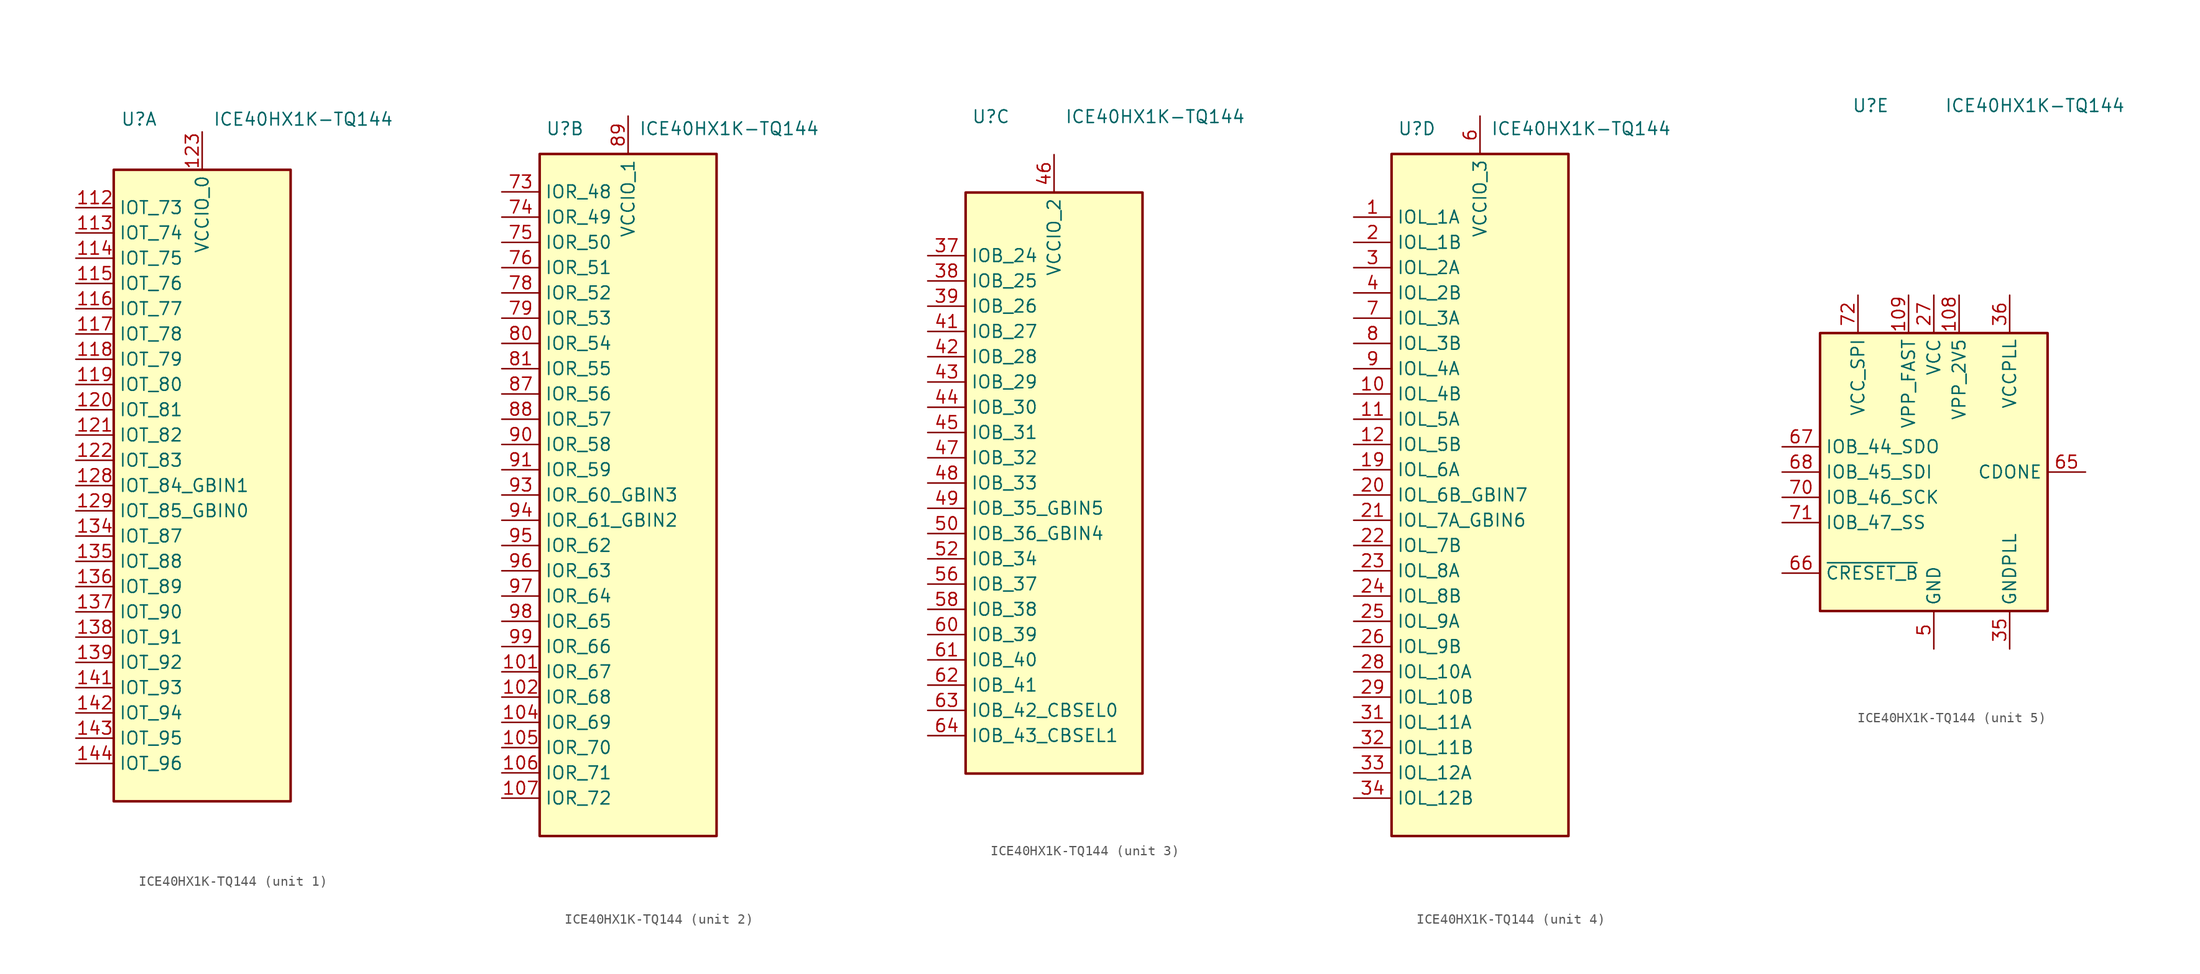
<source format=kicad_sym>
(kicad_symbol_lib
  (version 20220914)
  (generator kicad_symbol_editor)
  (symbol "ICE40HX1K-TQ144"
    (property "Reference" "U"
      (at -6.35 36.83 0)
      (effects (font (size 1.27 1.27))))
    (property "Value" "ICE40HX1K-TQ144"
      (at 10.16 36.83 0)
      (effects (font (size 1.27 1.27))))
    (property "ki_locked" ""
      (at 0 0 0)
      (effects (font (size 1.27 1.27))))
    (symbol "ICE40HX1K-TQ144_1_1"
      (rectangle (start -8.89 31.75) (end 8.89 -31.75) (stroke (width 0.254) (type default)) (fill (type background)))
      (pin bidirectional line (at -12.7 27.94 0) (length 3.81) (name "IOT_73" (effects (font (size 1.27 1.27)))) (number "112" (effects (font (size 1.27 1.27)))))
      (pin bidirectional line (at -12.7 25.4 0) (length 3.81) (name "IOT_74" (effects (font (size 1.27 1.27)))) (number "113" (effects (font (size 1.27 1.27)))))
      (pin bidirectional line (at -12.7 22.86 0) (length 3.81) (name "IOT_75" (effects (font (size 1.27 1.27)))) (number "114" (effects (font (size 1.27 1.27)))))
      (pin bidirectional line (at -12.7 20.32 0) (length 3.81) (name "IOT_76" (effects (font (size 1.27 1.27)))) (number "115" (effects (font (size 1.27 1.27)))))
      (pin bidirectional line (at -12.7 17.78 0) (length 3.81) (name "IOT_77" (effects (font (size 1.27 1.27)))) (number "116" (effects (font (size 1.27 1.27)))))
      (pin bidirectional line (at -12.7 15.24 0) (length 3.81) (name "IOT_78" (effects (font (size 1.27 1.27)))) (number "117" (effects (font (size 1.27 1.27)))))
      (pin bidirectional line (at -12.7 12.7 0) (length 3.81) (name "IOT_79" (effects (font (size 1.27 1.27)))) (number "118" (effects (font (size 1.27 1.27)))))
      (pin bidirectional line (at -12.7 10.16 0) (length 3.81) (name "IOT_80" (effects (font (size 1.27 1.27)))) (number "119" (effects (font (size 1.27 1.27)))))
      (pin bidirectional line (at -12.7 7.62 0) (length 3.81) (name "IOT_81" (effects (font (size 1.27 1.27)))) (number "120" (effects (font (size 1.27 1.27)))))
      (pin bidirectional line (at -12.7 5.08 0) (length 3.81) (name "IOT_82" (effects (font (size 1.27 1.27)))) (number "121" (effects (font (size 1.27 1.27)))))
      (pin bidirectional line (at -12.7 2.54 0) (length 3.81) (name "IOT_83" (effects (font (size 1.27 1.27)))) (number "122" (effects (font (size 1.27 1.27)))))
      (pin power_in line (at 0 35.56 270) (length 3.81) (name "VCCIO_0" (effects (font (size 1.27 1.27)))) (number "123" (effects (font (size 1.27 1.27)))))
      (pin bidirectional line (at -12.7 0 0) (length 3.81) (name "IOT_84_GBIN1" (effects (font (size 1.27 1.27)))) (number "128" (effects (font (size 1.27 1.27)))))
      (pin bidirectional line (at -12.7 -2.54 0) (length 3.81) (name "IOT_85_GBIN0" (effects (font (size 1.27 1.27)))) (number "129" (effects (font (size 1.27 1.27)))))
      (pin passive line (at 0 35.56 270) (length 3.81) hide (name "VCCIO_0" (effects (font (size 1.27 1.27)))) (number "133" (effects (font (size 1.27 1.27)))))
      (pin bidirectional line (at -12.7 -5.08 0) (length 3.81) (name "IOT_87" (effects (font (size 1.27 1.27)))) (number "134" (effects (font (size 1.27 1.27)))))
      (pin bidirectional line (at -12.7 -7.62 0) (length 3.81) (name "IOT_88" (effects (font (size 1.27 1.27)))) (number "135" (effects (font (size 1.27 1.27)))))
      (pin bidirectional line (at -12.7 -10.16 0) (length 3.81) (name "IOT_89" (effects (font (size 1.27 1.27)))) (number "136" (effects (font (size 1.27 1.27)))))
      (pin bidirectional line (at -12.7 -12.7 0) (length 3.81) (name "IOT_90" (effects (font (size 1.27 1.27)))) (number "137" (effects (font (size 1.27 1.27)))))
      (pin bidirectional line (at -12.7 -15.24 0) (length 3.81) (name "IOT_91" (effects (font (size 1.27 1.27)))) (number "138" (effects (font (size 1.27 1.27)))))
      (pin bidirectional line (at -12.7 -17.78 0) (length 3.81) (name "IOT_92" (effects (font (size 1.27 1.27)))) (number "139" (effects (font (size 1.27 1.27)))))
      (pin bidirectional line (at -12.7 -20.32 0) (length 3.81) (name "IOT_93" (effects (font (size 1.27 1.27)))) (number "141" (effects (font (size 1.27 1.27)))))
      (pin bidirectional line (at -12.7 -22.86 0) (length 3.81) (name "IOT_94" (effects (font (size 1.27 1.27)))) (number "142" (effects (font (size 1.27 1.27)))))
      (pin bidirectional line (at -12.7 -25.4 0) (length 3.81) (name "IOT_95" (effects (font (size 1.27 1.27)))) (number "143" (effects (font (size 1.27 1.27)))))
      (pin bidirectional line (at -12.7 -27.94 0) (length 3.81) (name "IOT_96" (effects (font (size 1.27 1.27)))) (number "144" (effects (font (size 1.27 1.27)))))
      (pin no_connect line (at 7.62 10.16 180) (length 3.81) hide (name "NC" (effects (font (size 1.27 1.27)))) (number "15" (effects (font (size 1.27 1.27)))))
      (pin no_connect line (at 7.62 7.62 180) (length 3.81) hide (name "NC" (effects (font (size 1.27 1.27)))) (number "16" (effects (font (size 1.27 1.27)))))
      (pin no_connect line (at 7.62 5.08 180) (length 3.81) hide (name "NC" (effects (font (size 1.27 1.27)))) (number "17" (effects (font (size 1.27 1.27)))))
      (pin no_connect line (at 7.62 -7.62 180) (length 3.81) hide (name "NC" (effects (font (size 1.27 1.27)))) (number "18" (effects (font (size 1.27 1.27)))))
      (pin no_connect line (at 7.62 -10.16 180) (length 3.81) hide (name "NC" (effects (font (size 1.27 1.27)))) (number "77" (effects (font (size 1.27 1.27))))))
    (symbol "ICE40HX1K-TQ144_2_1"
      (rectangle (start -8.89 34.29) (end 8.89 -34.29) (stroke (width 0.254) (type default)) (fill (type background)))
      (pin passive line (at 0 38.1 270) (length 3.81) hide (name "VCCIO_1" (effects (font (size 1.27 1.27)))) (number "100" (effects (font (size 1.27 1.27)))))
      (pin bidirectional line (at -12.7 -17.78 0) (length 3.81) (name "IOR_67" (effects (font (size 1.27 1.27)))) (number "101" (effects (font (size 1.27 1.27)))))
      (pin bidirectional line (at -12.7 -20.32 0) (length 3.81) (name "IOR_68" (effects (font (size 1.27 1.27)))) (number "102" (effects (font (size 1.27 1.27)))))
      (pin bidirectional line (at -12.7 -22.86 0) (length 3.81) (name "IOR_69" (effects (font (size 1.27 1.27)))) (number "104" (effects (font (size 1.27 1.27)))))
      (pin bidirectional line (at -12.7 -25.4 0) (length 3.81) (name "IOR_70" (effects (font (size 1.27 1.27)))) (number "105" (effects (font (size 1.27 1.27)))))
      (pin bidirectional line (at -12.7 -27.94 0) (length 3.81) (name "IOR_71" (effects (font (size 1.27 1.27)))) (number "106" (effects (font (size 1.27 1.27)))))
      (pin bidirectional line (at -12.7 -30.48 0) (length 3.81) (name "IOR_72" (effects (font (size 1.27 1.27)))) (number "107" (effects (font (size 1.27 1.27)))))
      (pin no_connect line (at 7.62 10.16 180) (length 3.81) hide (name "NC" (effects (font (size 1.27 1.27)))) (number "40" (effects (font (size 1.27 1.27)))))
      (pin no_connect line (at 7.62 7.62 180) (length 3.81) hide (name "NC" (effects (font (size 1.27 1.27)))) (number "53" (effects (font (size 1.27 1.27)))))
      (pin no_connect line (at 7.62 5.08 180) (length 3.81) hide (name "NC" (effects (font (size 1.27 1.27)))) (number "54" (effects (font (size 1.27 1.27)))))
      (pin no_connect line (at 7.62 -7.62 180) (length 3.81) hide (name "NC" (effects (font (size 1.27 1.27)))) (number "55" (effects (font (size 1.27 1.27)))))
      (pin bidirectional line (at -12.7 30.48 0) (length 3.81) (name "IOR_48" (effects (font (size 1.27 1.27)))) (number "73" (effects (font (size 1.27 1.27)))))
      (pin bidirectional line (at -12.7 27.94 0) (length 3.81) (name "IOR_49" (effects (font (size 1.27 1.27)))) (number "74" (effects (font (size 1.27 1.27)))))
      (pin bidirectional line (at -12.7 25.4 0) (length 3.81) (name "IOR_50" (effects (font (size 1.27 1.27)))) (number "75" (effects (font (size 1.27 1.27)))))
      (pin bidirectional line (at -12.7 22.86 0) (length 3.81) (name "IOR_51" (effects (font (size 1.27 1.27)))) (number "76" (effects (font (size 1.27 1.27)))))
      (pin bidirectional line (at -12.7 20.32 0) (length 3.81) (name "IOR_52" (effects (font (size 1.27 1.27)))) (number "78" (effects (font (size 1.27 1.27)))))
      (pin bidirectional line (at -12.7 17.78 0) (length 3.81) (name "IOR_53" (effects (font (size 1.27 1.27)))) (number "79" (effects (font (size 1.27 1.27)))))
      (pin bidirectional line (at -12.7 15.24 0) (length 3.81) (name "IOR_54" (effects (font (size 1.27 1.27)))) (number "80" (effects (font (size 1.27 1.27)))))
      (pin bidirectional line (at -12.7 12.7 0) (length 3.81) (name "IOR_55" (effects (font (size 1.27 1.27)))) (number "81" (effects (font (size 1.27 1.27)))))
      (pin no_connect line (at 7.62 -10.16 180) (length 3.81) hide (name "NC" (effects (font (size 1.27 1.27)))) (number "82" (effects (font (size 1.27 1.27)))))
      (pin bidirectional line (at -12.7 10.16 0) (length 3.81) (name "IOR_56" (effects (font (size 1.27 1.27)))) (number "87" (effects (font (size 1.27 1.27)))))
      (pin bidirectional line (at -12.7 7.62 0) (length 3.81) (name "IOR_57" (effects (font (size 1.27 1.27)))) (number "88" (effects (font (size 1.27 1.27)))))
      (pin power_in line (at 0 38.1 270) (length 3.81) (name "VCCIO_1" (effects (font (size 1.27 1.27)))) (number "89" (effects (font (size 1.27 1.27)))))
      (pin bidirectional line (at -12.7 5.08 0) (length 3.81) (name "IOR_58" (effects (font (size 1.27 1.27)))) (number "90" (effects (font (size 1.27 1.27)))))
      (pin bidirectional line (at -12.7 2.54 0) (length 3.81) (name "IOR_59" (effects (font (size 1.27 1.27)))) (number "91" (effects (font (size 1.27 1.27)))))
      (pin bidirectional line (at -12.7 0 0) (length 3.81) (name "IOR_60_GBIN3" (effects (font (size 1.27 1.27)))) (number "93" (effects (font (size 1.27 1.27)))))
      (pin bidirectional line (at -12.7 -2.54 0) (length 3.81) (name "IOR_61_GBIN2" (effects (font (size 1.27 1.27)))) (number "94" (effects (font (size 1.27 1.27)))))
      (pin bidirectional line (at -12.7 -5.08 0) (length 3.81) (name "IOR_62" (effects (font (size 1.27 1.27)))) (number "95" (effects (font (size 1.27 1.27)))))
      (pin bidirectional line (at -12.7 -7.62 0) (length 3.81) (name "IOR_63" (effects (font (size 1.27 1.27)))) (number "96" (effects (font (size 1.27 1.27)))))
      (pin bidirectional line (at -12.7 -10.16 0) (length 3.81) (name "IOR_64" (effects (font (size 1.27 1.27)))) (number "97" (effects (font (size 1.27 1.27)))))
      (pin bidirectional line (at -12.7 -12.7 0) (length 3.81) (name "IOR_65" (effects (font (size 1.27 1.27)))) (number "98" (effects (font (size 1.27 1.27)))))
      (pin bidirectional line (at -12.7 -15.24 0) (length 3.81) (name "IOR_66" (effects (font (size 1.27 1.27)))) (number "99" (effects (font (size 1.27 1.27))))))
    (symbol "ICE40HX1K-TQ144_3_1"
      (rectangle (start -8.89 29.21) (end 8.89 -29.21) (stroke (width 0.254) (type default)) (fill (type background)))
      (pin no_connect line (at 7.62 -10.16 180) (length 3.81) hide (name "NC" (effects (font (size 1.27 1.27)))) (number "110" (effects (font (size 1.27 1.27)))))
      (pin no_connect line (at 7.62 -17.78 180) (length 3.81) hide (name "NC" (effects (font (size 1.27 1.27)))) (number "124" (effects (font (size 1.27 1.27)))))
      (pin bidirectional line (at -12.7 22.86 0) (length 3.81) (name "IOB_24" (effects (font (size 1.27 1.27)))) (number "37" (effects (font (size 1.27 1.27)))))
      (pin bidirectional line (at -12.7 20.32 0) (length 3.81) (name "IOB_25" (effects (font (size 1.27 1.27)))) (number "38" (effects (font (size 1.27 1.27)))))
      (pin bidirectional line (at -12.7 17.78 0) (length 3.81) (name "IOB_26" (effects (font (size 1.27 1.27)))) (number "39" (effects (font (size 1.27 1.27)))))
      (pin bidirectional line (at -12.7 15.24 0) (length 3.81) (name "IOB_27" (effects (font (size 1.27 1.27)))) (number "41" (effects (font (size 1.27 1.27)))))
      (pin bidirectional line (at -12.7 12.7 0) (length 3.81) (name "IOB_28" (effects (font (size 1.27 1.27)))) (number "42" (effects (font (size 1.27 1.27)))))
      (pin bidirectional line (at -12.7 10.16 0) (length 3.81) (name "IOB_29" (effects (font (size 1.27 1.27)))) (number "43" (effects (font (size 1.27 1.27)))))
      (pin bidirectional line (at -12.7 7.62 0) (length 3.81) (name "IOB_30" (effects (font (size 1.27 1.27)))) (number "44" (effects (font (size 1.27 1.27)))))
      (pin bidirectional line (at -12.7 5.08 0) (length 3.81) (name "IOB_31" (effects (font (size 1.27 1.27)))) (number "45" (effects (font (size 1.27 1.27)))))
      (pin power_in line (at 0 33.02 270) (length 3.81) (name "VCCIO_2" (effects (font (size 1.27 1.27)))) (number "46" (effects (font (size 1.27 1.27)))))
      (pin bidirectional line (at -12.7 2.54 0) (length 3.81) (name "IOB_32" (effects (font (size 1.27 1.27)))) (number "47" (effects (font (size 1.27 1.27)))))
      (pin bidirectional line (at -12.7 0 0) (length 3.81) (name "IOB_33" (effects (font (size 1.27 1.27)))) (number "48" (effects (font (size 1.27 1.27)))))
      (pin bidirectional line (at -12.7 -2.54 0) (length 3.81) (name "IOB_35_GBIN5" (effects (font (size 1.27 1.27)))) (number "49" (effects (font (size 1.27 1.27)))))
      (pin bidirectional line (at -12.7 -5.08 0) (length 3.81) (name "IOB_36_GBIN4" (effects (font (size 1.27 1.27)))) (number "50" (effects (font (size 1.27 1.27)))))
      (pin bidirectional line (at -12.7 -7.62 0) (length 3.81) (name "IOB_34" (effects (font (size 1.27 1.27)))) (number "52" (effects (font (size 1.27 1.27)))))
      (pin bidirectional line (at -12.7 -10.16 0) (length 3.81) (name "IOB_37" (effects (font (size 1.27 1.27)))) (number "56" (effects (font (size 1.27 1.27)))))
      (pin passive line (at 0 33.02 270) (length 3.81) hide (name "VCCIO_2" (effects (font (size 1.27 1.27)))) (number "57" (effects (font (size 1.27 1.27)))))
      (pin bidirectional line (at -12.7 -12.7 0) (length 3.81) (name "IOB_38" (effects (font (size 1.27 1.27)))) (number "58" (effects (font (size 1.27 1.27)))))
      (pin bidirectional line (at -12.7 -15.24 0) (length 3.81) (name "IOB_39" (effects (font (size 1.27 1.27)))) (number "60" (effects (font (size 1.27 1.27)))))
      (pin bidirectional line (at -12.7 -17.78 0) (length 3.81) (name "IOB_40" (effects (font (size 1.27 1.27)))) (number "61" (effects (font (size 1.27 1.27)))))
      (pin bidirectional line (at -12.7 -20.32 0) (length 3.81) (name "IOB_41" (effects (font (size 1.27 1.27)))) (number "62" (effects (font (size 1.27 1.27)))))
      (pin bidirectional line (at -12.7 -22.86 0) (length 3.81) (name "IOB_42_CBSEL0" (effects (font (size 1.27 1.27)))) (number "63" (effects (font (size 1.27 1.27)))))
      (pin bidirectional line (at -12.7 -25.4 0) (length 3.81) (name "IOB_43_CBSEL1" (effects (font (size 1.27 1.27)))) (number "64" (effects (font (size 1.27 1.27)))))
      (pin no_connect line (at 7.62 10.16 180) (length 3.81) hide (name "NC" (effects (font (size 1.27 1.27)))) (number "83" (effects (font (size 1.27 1.27)))))
      (pin no_connect line (at 7.62 7.62 180) (length 3.81) hide (name "NC" (effects (font (size 1.27 1.27)))) (number "84" (effects (font (size 1.27 1.27)))))
      (pin no_connect line (at 7.62 -12.7 180) (length 3.81) hide (name "NC" (effects (font (size 1.27 1.27)))) (number "85" (effects (font (size 1.27 1.27))))))
    (symbol "ICE40HX1K-TQ144_4_1"
      (rectangle (start -8.89 34.29) (end 8.89 -34.29) (stroke (width 0.254) (type default)) (fill (type background)))
      (pin bidirectional line (at -12.7 27.94 0) (length 3.81) (name "IOL_1A" (effects (font (size 1.27 1.27)))) (number "1" (effects (font (size 1.27 1.27)))))
      (pin bidirectional line (at -12.7 10.16 0) (length 3.81) (name "IOL_4B" (effects (font (size 1.27 1.27)))) (number "10" (effects (font (size 1.27 1.27)))))
      (pin bidirectional line (at -12.7 7.62 0) (length 3.81) (name "IOL_5A" (effects (font (size 1.27 1.27)))) (number "11" (effects (font (size 1.27 1.27)))))
      (pin bidirectional line (at -12.7 5.08 0) (length 3.81) (name "IOL_5B" (effects (font (size 1.27 1.27)))) (number "12" (effects (font (size 1.27 1.27)))))
      (pin no_connect line (at 7.62 10.16 180) (length 3.81) hide (name "NC" (effects (font (size 1.27 1.27)))) (number "125" (effects (font (size 1.27 1.27)))))
      (pin no_connect line (at 7.62 7.62 180) (length 3.81) hide (name "NC" (effects (font (size 1.27 1.27)))) (number "126" (effects (font (size 1.27 1.27)))))
      (pin no_connect line (at 7.62 5.08 180) (length 3.81) hide (name "NC" (effects (font (size 1.27 1.27)))) (number "127" (effects (font (size 1.27 1.27)))))
      (pin no_connect line (at 7.62 -7.62 180) (length 3.81) hide (name "NC" (effects (font (size 1.27 1.27)))) (number "130" (effects (font (size 1.27 1.27)))))
      (pin no_connect line (at 7.62 -10.16 180) (length 3.81) hide (name "NC" (effects (font (size 1.27 1.27)))) (number "131" (effects (font (size 1.27 1.27)))))
      (pin bidirectional line (at -12.7 2.54 0) (length 3.81) (name "IOL_6A" (effects (font (size 1.27 1.27)))) (number "19" (effects (font (size 1.27 1.27)))))
      (pin bidirectional line (at -12.7 25.4 0) (length 3.81) (name "IOL_1B" (effects (font (size 1.27 1.27)))) (number "2" (effects (font (size 1.27 1.27)))))
      (pin bidirectional line (at -12.7 0 0) (length 3.81) (name "IOL_6B_GBIN7" (effects (font (size 1.27 1.27)))) (number "20" (effects (font (size 1.27 1.27)))))
      (pin bidirectional line (at -12.7 -2.54 0) (length 3.81) (name "IOL_7A_GBIN6" (effects (font (size 1.27 1.27)))) (number "21" (effects (font (size 1.27 1.27)))))
      (pin bidirectional line (at -12.7 -5.08 0) (length 3.81) (name "IOL_7B" (effects (font (size 1.27 1.27)))) (number "22" (effects (font (size 1.27 1.27)))))
      (pin bidirectional line (at -12.7 -7.62 0) (length 3.81) (name "IOL_8A" (effects (font (size 1.27 1.27)))) (number "23" (effects (font (size 1.27 1.27)))))
      (pin bidirectional line (at -12.7 -10.16 0) (length 3.81) (name "IOL_8B" (effects (font (size 1.27 1.27)))) (number "24" (effects (font (size 1.27 1.27)))))
      (pin bidirectional line (at -12.7 -12.7 0) (length 3.81) (name "IOL_9A" (effects (font (size 1.27 1.27)))) (number "25" (effects (font (size 1.27 1.27)))))
      (pin bidirectional line (at -12.7 -15.24 0) (length 3.81) (name "IOL_9B" (effects (font (size 1.27 1.27)))) (number "26" (effects (font (size 1.27 1.27)))))
      (pin bidirectional line (at -12.7 -17.78 0) (length 3.81) (name "IOL_10A" (effects (font (size 1.27 1.27)))) (number "28" (effects (font (size 1.27 1.27)))))
      (pin bidirectional line (at -12.7 -20.32 0) (length 3.81) (name "IOL_10B" (effects (font (size 1.27 1.27)))) (number "29" (effects (font (size 1.27 1.27)))))
      (pin bidirectional line (at -12.7 22.86 0) (length 3.81) (name "IOL_2A" (effects (font (size 1.27 1.27)))) (number "3" (effects (font (size 1.27 1.27)))))
      (pin passive line (at 0 38.1 270) (length 3.81) hide (name "VCCIO_3" (effects (font (size 1.27 1.27)))) (number "30" (effects (font (size 1.27 1.27)))))
      (pin bidirectional line (at -12.7 -22.86 0) (length 3.81) (name "IOL_11A" (effects (font (size 1.27 1.27)))) (number "31" (effects (font (size 1.27 1.27)))))
      (pin bidirectional line (at -12.7 -25.4 0) (length 3.81) (name "IOL_11B" (effects (font (size 1.27 1.27)))) (number "32" (effects (font (size 1.27 1.27)))))
      (pin bidirectional line (at -12.7 -27.94 0) (length 3.81) (name "IOL_12A" (effects (font (size 1.27 1.27)))) (number "33" (effects (font (size 1.27 1.27)))))
      (pin bidirectional line (at -12.7 -30.48 0) (length 3.81) (name "IOL_12B" (effects (font (size 1.27 1.27)))) (number "34" (effects (font (size 1.27 1.27)))))
      (pin bidirectional line (at -12.7 20.32 0) (length 3.81) (name "IOL_2B" (effects (font (size 1.27 1.27)))) (number "4" (effects (font (size 1.27 1.27)))))
      (pin power_in line (at 0 38.1 270) (length 3.81) (name "VCCIO_3" (effects (font (size 1.27 1.27)))) (number "6" (effects (font (size 1.27 1.27)))))
      (pin bidirectional line (at -12.7 17.78 0) (length 3.81) (name "IOL_3A" (effects (font (size 1.27 1.27)))) (number "7" (effects (font (size 1.27 1.27)))))
      (pin bidirectional line (at -12.7 15.24 0) (length 3.81) (name "IOL_3B" (effects (font (size 1.27 1.27)))) (number "8" (effects (font (size 1.27 1.27)))))
      (pin bidirectional line (at -12.7 12.7 0) (length 3.81) (name "IOL_4A" (effects (font (size 1.27 1.27)))) (number "9" (effects (font (size 1.27 1.27))))))
    (symbol "ICE40HX1K-TQ144_5_1"
      (rectangle (start -11.43 13.97) (end 11.43 -13.97) (stroke (width 0.254) (type default)) (fill (type background)))
      (pin passive line (at 0 -17.78 90) (length 3.81) hide (name "GND" (effects (font (size 1.27 1.27)))) (number "103" (effects (font (size 1.27 1.27)))))
      (pin power_in line (at 2.54 17.78 270) (length 3.81) (name "VPP_2V5" (effects (font (size 1.27 1.27)))) (number "108" (effects (font (size 1.27 1.27)))))
      (pin power_in line (at -2.54 17.78 270) (length 3.81) (name "VPP_FAST" (effects (font (size 1.27 1.27)))) (number "109" (effects (font (size 1.27 1.27)))))
      (pin passive line (at 0 17.78 270) (length 3.81) hide (name "VCC" (effects (font (size 1.27 1.27)))) (number "111" (effects (font (size 1.27 1.27)))))
      (pin passive line (at 0 -17.78 90) (length 3.81) hide (name "GND" (effects (font (size 1.27 1.27)))) (number "13" (effects (font (size 1.27 1.27)))))
      (pin passive line (at 0 -17.78 90) (length 3.81) hide (name "GND" (effects (font (size 1.27 1.27)))) (number "132" (effects (font (size 1.27 1.27)))))
      (pin passive line (at 0 -17.78 90) (length 3.81) hide (name "GND" (effects (font (size 1.27 1.27)))) (number "14" (effects (font (size 1.27 1.27)))))
      (pin passive line (at 0 -17.78 90) (length 3.81) hide (name "GND" (effects (font (size 1.27 1.27)))) (number "140" (effects (font (size 1.27 1.27)))))
      (pin power_in line (at 0 17.78 270) (length 3.81) (name "VCC" (effects (font (size 1.27 1.27)))) (number "27" (effects (font (size 1.27 1.27)))))
      (pin power_in line (at 7.62 -17.78 90) (length 3.81) (name "GNDPLL" (effects (font (size 1.27 1.27)))) (number "35" (effects (font (size 1.27 1.27)))))
      (pin power_in line (at 7.62 17.78 270) (length 3.81) (name "VCCPLL" (effects (font (size 1.27 1.27)))) (number "36" (effects (font (size 1.27 1.27)))))
      (pin power_in line (at 0 -17.78 90) (length 3.81) (name "GND" (effects (font (size 1.27 1.27)))) (number "5" (effects (font (size 1.27 1.27)))))
      (pin passive line (at 0 17.78 270) (length 3.81) hide (name "VCC" (effects (font (size 1.27 1.27)))) (number "51" (effects (font (size 1.27 1.27)))))
      (pin passive line (at 0 -17.78 90) (length 3.81) hide (name "GND" (effects (font (size 1.27 1.27)))) (number "59" (effects (font (size 1.27 1.27)))))
      (pin open_collector line (at 15.24 0 180) (length 3.81) (name "CDONE" (effects (font (size 1.27 1.27)))) (number "65" (effects (font (size 1.27 1.27)))))
      (pin input line (at -15.24 -10.16 0) (length 3.81) (name "~{CRESET_B}" (effects (font (size 1.27 1.27)))) (number "66" (effects (font (size 1.27 1.27)))))
      (pin bidirectional line (at -15.24 2.54 0) (length 3.81) (name "IOB_44_SDO" (effects (font (size 1.27 1.27)))) (number "67" (effects (font (size 1.27 1.27)))))
      (pin bidirectional line (at -15.24 0 0) (length 3.81) (name "IOB_45_SDI" (effects (font (size 1.27 1.27)))) (number "68" (effects (font (size 1.27 1.27)))))
      (pin passive line (at 0 -17.78 90) (length 3.81) hide (name "GND" (effects (font (size 1.27 1.27)))) (number "69" (effects (font (size 1.27 1.27)))))
      (pin bidirectional line (at -15.24 -2.54 0) (length 3.81) (name "IOB_46_SCK" (effects (font (size 1.27 1.27)))) (number "70" (effects (font (size 1.27 1.27)))))
      (pin bidirectional line (at -15.24 -5.08 0) (length 3.81) (name "IOB_47_SS" (effects (font (size 1.27 1.27)))) (number "71" (effects (font (size 1.27 1.27)))))
      (pin power_in line (at -7.62 17.78 270) (length 3.81) (name "VCC_SPI" (effects (font (size 1.27 1.27)))) (number "72" (effects (font (size 1.27 1.27)))))
      (pin passive line (at 0 -17.78 90) (length 3.81) hide (name "GND" (effects (font (size 1.27 1.27)))) (number "86" (effects (font (size 1.27 1.27)))))
      (pin passive line (at 0 17.78 270) (length 3.81) hide (name "VCC" (effects (font (size 1.27 1.27)))) (number "92" (effects (font (size 1.27 1.27))))))))
</source>
